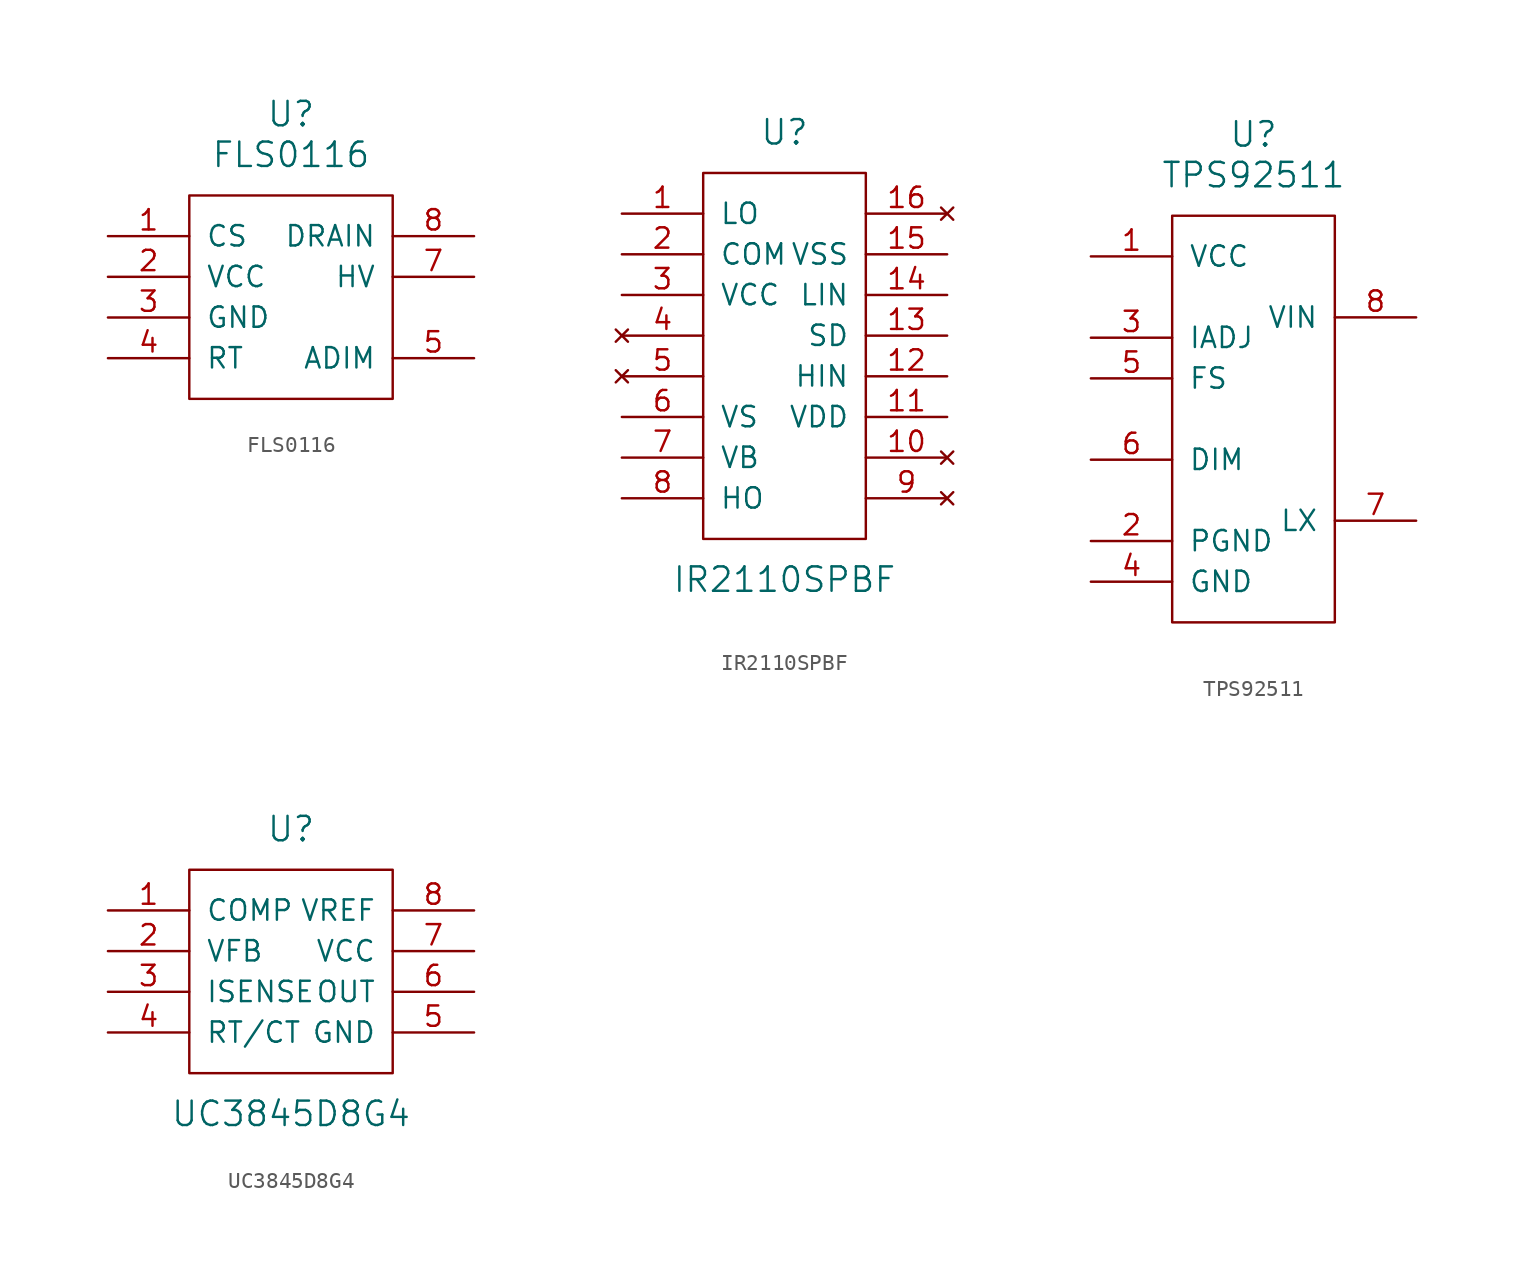
<source format=kicad_sym>
(kicad_symbol_lib
  (version 20201005)
  (generator kicad_symbol_editor)
  (symbol "FLS0116"
    (pin_names
      (offset 1.016))
    (property "Reference" "U"
      (at 0 11.43 0)
      (effects (font (size 1.524 1.524))))
    (property "Value" "FLS0116"
      (at 0 8.89 0)
      (effects (font (size 1.524 1.524))))
    (symbol "FLS0116_0_1"
      (rectangle (start -6.35 6.35) (end 6.35 -6.35) (stroke (width 0)) (fill (type none))))
    (symbol "FLS0116_1_1"
      (pin open_emitter line (at -11.43 3.81 0) (length 5.08) (name "CS" (effects (font (size 1.27 1.27)))) (number "1" (effects (font (size 1.27 1.27)))))
      (pin power_out line (at -11.43 1.27 0) (length 5.08) (name "VCC" (effects (font (size 1.27 1.27)))) (number "2" (effects (font (size 1.27 1.27)))))
      (pin input line (at -11.43 -1.27 0) (length 5.08) (name "GND" (effects (font (size 1.27 1.27)))) (number "3" (effects (font (size 1.27 1.27)))))
      (pin bidirectional line (at -11.43 -3.81 0) (length 5.08) (name "RT" (effects (font (size 1.27 1.27)))) (number "4" (effects (font (size 1.27 1.27)))))
      (pin input line (at 11.43 -3.81 180) (length 5.08) (name "ADIM" (effects (font (size 1.27 1.27)))) (number "5" (effects (font (size 1.27 1.27)))))
      (pin power_in line (at 11.43 1.27 180) (length 5.08) (name "HV" (effects (font (size 1.27 1.27)))) (number "7" (effects (font (size 1.27 1.27)))))
      (pin open_collector line (at 11.43 3.81 180) (length 5.08) (name "DRAIN" (effects (font (size 1.27 1.27)))) (number "8" (effects (font (size 1.27 1.27)))))))
  (symbol "IR2110SPBF"
    (pin_names
      (offset 1.016))
    (property "Reference" "U"
      (at 0 13.97 0)
      (effects (font (size 1.524 1.524))))
    (property "Value" "IR2110SPBF"
      (at 0 -13.97 0)
      (effects (font (size 1.524 1.524))))
    (symbol "IR2110SPBF_0_1"
      (rectangle (start -5.08 11.43) (end 5.08 -11.43) (stroke (width 0)) (fill (type none))))
    (symbol "IR2110SPBF_1_1"
      (pin output line (at -10.16 8.89 0) (length 5.08) (name "LO" (effects (font (size 1.27 1.27)))) (number "1" (effects (font (size 1.27 1.27)))))
      (pin unconnected line (at 10.16 -6.35 180) (length 5.08) (name "~" (effects (font (size 1.27 1.27)))) (number "10" (effects (font (size 1.27 1.27)))))
      (pin power_in line (at 10.16 -3.81 180) (length 5.08) (name "VDD" (effects (font (size 1.27 1.27)))) (number "11" (effects (font (size 1.27 1.27)))))
      (pin input line (at 10.16 -1.27 180) (length 5.08) (name "HIN" (effects (font (size 1.27 1.27)))) (number "12" (effects (font (size 1.27 1.27)))))
      (pin input line (at 10.16 1.27 180) (length 5.08) (name "SD" (effects (font (size 1.27 1.27)))) (number "13" (effects (font (size 1.27 1.27)))))
      (pin input line (at 10.16 3.81 180) (length 5.08) (name "LIN" (effects (font (size 1.27 1.27)))) (number "14" (effects (font (size 1.27 1.27)))))
      (pin power_in line (at 10.16 6.35 180) (length 5.08) (name "VSS" (effects (font (size 1.27 1.27)))) (number "15" (effects (font (size 1.27 1.27)))))
      (pin unconnected line (at 10.16 8.89 180) (length 5.08) (name "~" (effects (font (size 1.27 1.27)))) (number "16" (effects (font (size 1.27 1.27)))))
      (pin power_in line (at -10.16 6.35 0) (length 5.08) (name "COM" (effects (font (size 1.27 1.27)))) (number "2" (effects (font (size 1.27 1.27)))))
      (pin power_in line (at -10.16 3.81 0) (length 5.08) (name "VCC" (effects (font (size 1.27 1.27)))) (number "3" (effects (font (size 1.27 1.27)))))
      (pin unconnected line (at -10.16 1.27 0) (length 5.08) (name "~" (effects (font (size 1.27 1.27)))) (number "4" (effects (font (size 1.27 1.27)))))
      (pin unconnected line (at -10.16 -1.27 0) (length 5.08) (name "~" (effects (font (size 1.27 1.27)))) (number "5" (effects (font (size 1.27 1.27)))))
      (pin power_in line (at -10.16 -3.81 0) (length 5.08) (name "VS" (effects (font (size 1.27 1.27)))) (number "6" (effects (font (size 1.27 1.27)))))
      (pin power_in line (at -10.16 -6.35 0) (length 5.08) (name "VB" (effects (font (size 1.27 1.27)))) (number "7" (effects (font (size 1.27 1.27)))))
      (pin output line (at -10.16 -8.89 0) (length 5.08) (name "HO" (effects (font (size 1.27 1.27)))) (number "8" (effects (font (size 1.27 1.27)))))
      (pin unconnected line (at 10.16 -8.89 180) (length 5.08) (name "~" (effects (font (size 1.27 1.27)))) (number "9" (effects (font (size 1.27 1.27)))))))
  (symbol "TPS92511"
    (pin_names
      (offset 1.016))
    (property "Reference" "U"
      (at 0 17.78 0)
      (effects (font (size 1.524 1.524))))
    (property "Value" "TPS92511"
      (at 0 15.24 0)
      (effects (font (size 1.524 1.524))))
    (symbol "TPS92511_0_1"
      (rectangle (start 5.08 -12.7) (end -5.08 12.7) (stroke (width 0)) (fill (type none))))
    (symbol "TPS92511_1_1"
      (pin power_out line (at -10.16 10.16 0) (length 5.08) (name "VCC" (effects (font (size 1.27 1.27)))) (number "1" (effects (font (size 1.27 1.27)))))
      (pin power_in line (at -10.16 -7.62 0) (length 5.08) (name "PGND" (effects (font (size 1.27 1.27)))) (number "2" (effects (font (size 1.27 1.27)))))
      (pin open_emitter line (at -10.16 5.08 0) (length 5.08) (name "IADJ" (effects (font (size 1.27 1.27)))) (number "3" (effects (font (size 1.27 1.27)))))
      (pin input line (at -10.16 -10.16 0) (length 5.08) (name "GND" (effects (font (size 1.27 1.27)))) (number "4" (effects (font (size 1.27 1.27)))))
      (pin bidirectional line (at -10.16 2.54 0) (length 5.08) (name "FS" (effects (font (size 1.27 1.27)))) (number "5" (effects (font (size 1.27 1.27)))))
      (pin input line (at -10.16 -2.54 0) (length 5.08) (name "DIM" (effects (font (size 1.27 1.27)))) (number "6" (effects (font (size 1.27 1.27)))))
      (pin open_collector line (at 10.16 -6.35 180) (length 5.08) (name "LX" (effects (font (size 1.27 1.27)))) (number "7" (effects (font (size 1.27 1.27)))))
      (pin input line (at 10.16 6.35 180) (length 5.08) (name "VIN" (effects (font (size 1.27 1.27)))) (number "8" (effects (font (size 1.27 1.27)))))))
  (symbol "UC3845D8G4"
    (pin_names
      (offset 1.016))
    (property "Reference" "U"
      (at 0 8.89 0)
      (effects (font (size 1.524 1.524))))
    (property "Value" "UC3845D8G4"
      (at 0 -8.89 0)
      (effects (font (size 1.524 1.524))))
    (symbol "UC3845D8G4_0_1"
      (rectangle (start -6.35 6.35) (end 6.35 -6.35) (stroke (width 0)) (fill (type none))))
    (symbol "UC3845D8G4_1_1"
      (pin input line (at -11.43 3.81 0) (length 5.08) (name "COMP" (effects (font (size 1.27 1.27)))) (number "1" (effects (font (size 1.27 1.27)))))
      (pin input line (at -11.43 1.27 0) (length 5.08) (name "VFB" (effects (font (size 1.27 1.27)))) (number "2" (effects (font (size 1.27 1.27)))))
      (pin input line (at -11.43 -1.27 0) (length 5.08) (name "ISENSE" (effects (font (size 1.27 1.27)))) (number "3" (effects (font (size 1.27 1.27)))))
      (pin input line (at -11.43 -3.81 0) (length 5.08) (name "RT/CT" (effects (font (size 1.27 1.27)))) (number "4" (effects (font (size 1.27 1.27)))))
      (pin input line (at 11.43 -3.81 180) (length 5.08) (name "GND" (effects (font (size 1.27 1.27)))) (number "5" (effects (font (size 1.27 1.27)))))
      (pin input line (at 11.43 -1.27 180) (length 5.08) (name "OUT" (effects (font (size 1.27 1.27)))) (number "6" (effects (font (size 1.27 1.27)))))
      (pin input line (at 11.43 1.27 180) (length 5.08) (name "VCC" (effects (font (size 1.27 1.27)))) (number "7" (effects (font (size 1.27 1.27)))))
      (pin input line (at 11.43 3.81 180) (length 5.08) (name "VREF" (effects (font (size 1.27 1.27)))) (number "8" (effects (font (size 1.27 1.27))))))))
</source>
